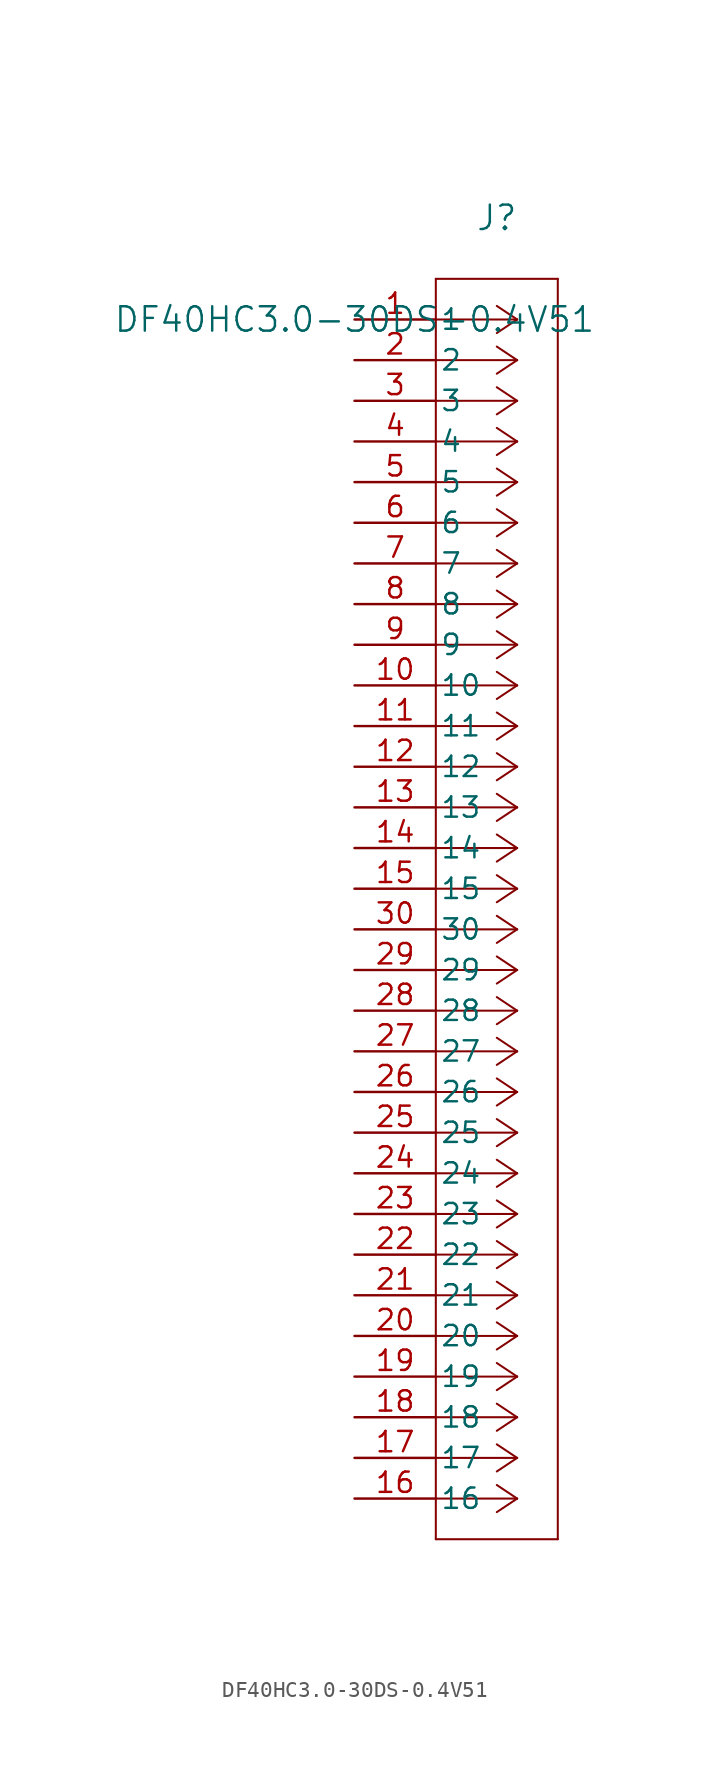
<source format=kicad_sym>
(kicad_symbol_lib
  (version 20211014)
  (generator kicad_symbol_editor)
  (symbol "DF40HC3.0-30DS-0.4V51"
    (pin_names
      (offset 0.254))
    (property "Reference" "J"
      (at 8.89 6.35 0)
      (effects (font (size 1.524 1.524))))
    (property "Value" "DF40HC3.0-30DS-0.4V51"
      (at 0 0 0)
      (effects (font (size 1.524 1.524))))
    (symbol "DF40HC3.0-30DS-0.4V51_0_1"
      (polyline (pts (xy 10.16 0) (xy 5.08 0)) (stroke (width 0.127) (type default) (color 0 0 0 0)) (fill (type none)))
      (polyline (pts (xy 10.16 -2.54) (xy 5.08 -2.54)) (stroke (width 0.127) (type default) (color 0 0 0 0)) (fill (type none)))
      (polyline (pts (xy 10.16 -5.08) (xy 5.08 -5.08)) (stroke (width 0.127) (type default) (color 0 0 0 0)) (fill (type none)))
      (polyline (pts (xy 10.16 -7.62) (xy 5.08 -7.62)) (stroke (width 0.127) (type default) (color 0 0 0 0)) (fill (type none)))
      (polyline (pts (xy 10.16 -10.16) (xy 5.08 -10.16)) (stroke (width 0.127) (type default) (color 0 0 0 0)) (fill (type none)))
      (polyline (pts (xy 10.16 -12.7) (xy 5.08 -12.7)) (stroke (width 0.127) (type default) (color 0 0 0 0)) (fill (type none)))
      (polyline (pts (xy 10.16 -15.24) (xy 5.08 -15.24)) (stroke (width 0.127) (type default) (color 0 0 0 0)) (fill (type none)))
      (polyline (pts (xy 10.16 -17.78) (xy 5.08 -17.78)) (stroke (width 0.127) (type default) (color 0 0 0 0)) (fill (type none)))
      (polyline (pts (xy 10.16 -20.32) (xy 5.08 -20.32)) (stroke (width 0.127) (type default) (color 0 0 0 0)) (fill (type none)))
      (polyline (pts (xy 10.16 -22.86) (xy 5.08 -22.86)) (stroke (width 0.127) (type default) (color 0 0 0 0)) (fill (type none)))
      (polyline (pts (xy 10.16 -25.4) (xy 5.08 -25.4)) (stroke (width 0.127) (type default) (color 0 0 0 0)) (fill (type none)))
      (polyline (pts (xy 10.16 -27.94) (xy 5.08 -27.94)) (stroke (width 0.127) (type default) (color 0 0 0 0)) (fill (type none)))
      (polyline (pts (xy 10.16 -30.48) (xy 5.08 -30.48)) (stroke (width 0.127) (type default) (color 0 0 0 0)) (fill (type none)))
      (polyline (pts (xy 10.16 -33.02) (xy 5.08 -33.02)) (stroke (width 0.127) (type default) (color 0 0 0 0)) (fill (type none)))
      (polyline (pts (xy 10.16 -35.56) (xy 5.08 -35.56)) (stroke (width 0.127) (type default) (color 0 0 0 0)) (fill (type none)))
      (polyline (pts (xy 10.16 -38.1) (xy 5.08 -38.1)) (stroke (width 0.127) (type default) (color 0 0 0 0)) (fill (type none)))
      (polyline (pts (xy 10.16 -40.64) (xy 5.08 -40.64)) (stroke (width 0.127) (type default) (color 0 0 0 0)) (fill (type none)))
      (polyline (pts (xy 10.16 -43.18) (xy 5.08 -43.18)) (stroke (width 0.127) (type default) (color 0 0 0 0)) (fill (type none)))
      (polyline (pts (xy 10.16 -45.72) (xy 5.08 -45.72)) (stroke (width 0.127) (type default) (color 0 0 0 0)) (fill (type none)))
      (polyline (pts (xy 10.16 -48.26) (xy 5.08 -48.26)) (stroke (width 0.127) (type default) (color 0 0 0 0)) (fill (type none)))
      (polyline (pts (xy 10.16 -50.8) (xy 5.08 -50.8)) (stroke (width 0.127) (type default) (color 0 0 0 0)) (fill (type none)))
      (polyline (pts (xy 10.16 -53.34) (xy 5.08 -53.34)) (stroke (width 0.127) (type default) (color 0 0 0 0)) (fill (type none)))
      (polyline (pts (xy 10.16 -55.88) (xy 5.08 -55.88)) (stroke (width 0.127) (type default) (color 0 0 0 0)) (fill (type none)))
      (polyline (pts (xy 10.16 -58.42) (xy 5.08 -58.42)) (stroke (width 0.127) (type default) (color 0 0 0 0)) (fill (type none)))
      (polyline (pts (xy 10.16 -60.96) (xy 5.08 -60.96)) (stroke (width 0.127) (type default) (color 0 0 0 0)) (fill (type none)))
      (polyline (pts (xy 10.16 -63.5) (xy 5.08 -63.5)) (stroke (width 0.127) (type default) (color 0 0 0 0)) (fill (type none)))
      (polyline (pts (xy 10.16 -66.04) (xy 5.08 -66.04)) (stroke (width 0.127) (type default) (color 0 0 0 0)) (fill (type none)))
      (polyline (pts (xy 10.16 -68.58) (xy 5.08 -68.58)) (stroke (width 0.127) (type default) (color 0 0 0 0)) (fill (type none)))
      (polyline (pts (xy 10.16 -71.12) (xy 5.08 -71.12)) (stroke (width 0.127) (type default) (color 0 0 0 0)) (fill (type none)))
      (polyline (pts (xy 10.16 -73.66) (xy 5.08 -73.66)) (stroke (width 0.127) (type default) (color 0 0 0 0)) (fill (type none)))
      (polyline (pts (xy 10.16 0) (xy 8.89 0.847)) (stroke (width 0.127) (type default) (color 0 0 0 0)) (fill (type none)))
      (polyline (pts (xy 10.16 -2.54) (xy 8.89 -1.693)) (stroke (width 0.127) (type default) (color 0 0 0 0)) (fill (type none)))
      (polyline (pts (xy 10.16 -5.08) (xy 8.89 -4.233)) (stroke (width 0.127) (type default) (color 0 0 0 0)) (fill (type none)))
      (polyline (pts (xy 10.16 -7.62) (xy 8.89 -6.773)) (stroke (width 0.127) (type default) (color 0 0 0 0)) (fill (type none)))
      (polyline (pts (xy 10.16 -10.16) (xy 8.89 -9.313)) (stroke (width 0.127) (type default) (color 0 0 0 0)) (fill (type none)))
      (polyline (pts (xy 10.16 -12.7) (xy 8.89 -11.853)) (stroke (width 0.127) (type default) (color 0 0 0 0)) (fill (type none)))
      (polyline (pts (xy 10.16 -15.24) (xy 8.89 -14.393)) (stroke (width 0.127) (type default) (color 0 0 0 0)) (fill (type none)))
      (polyline (pts (xy 10.16 -17.78) (xy 8.89 -16.933)) (stroke (width 0.127) (type default) (color 0 0 0 0)) (fill (type none)))
      (polyline (pts (xy 10.16 -20.32) (xy 8.89 -19.473)) (stroke (width 0.127) (type default) (color 0 0 0 0)) (fill (type none)))
      (polyline (pts (xy 10.16 -22.86) (xy 8.89 -22.013)) (stroke (width 0.127) (type default) (color 0 0 0 0)) (fill (type none)))
      (polyline (pts (xy 10.16 -25.4) (xy 8.89 -24.553)) (stroke (width 0.127) (type default) (color 0 0 0 0)) (fill (type none)))
      (polyline (pts (xy 10.16 -27.94) (xy 8.89 -27.093)) (stroke (width 0.127) (type default) (color 0 0 0 0)) (fill (type none)))
      (polyline (pts (xy 10.16 -30.48) (xy 8.89 -29.633)) (stroke (width 0.127) (type default) (color 0 0 0 0)) (fill (type none)))
      (polyline (pts (xy 10.16 -33.02) (xy 8.89 -32.173)) (stroke (width 0.127) (type default) (color 0 0 0 0)) (fill (type none)))
      (polyline (pts (xy 10.16 -35.56) (xy 8.89 -34.713)) (stroke (width 0.127) (type default) (color 0 0 0 0)) (fill (type none)))
      (polyline (pts (xy 10.16 -38.1) (xy 8.89 -37.253)) (stroke (width 0.127) (type default) (color 0 0 0 0)) (fill (type none)))
      (polyline (pts (xy 10.16 -40.64) (xy 8.89 -39.793)) (stroke (width 0.127) (type default) (color 0 0 0 0)) (fill (type none)))
      (polyline (pts (xy 10.16 -43.18) (xy 8.89 -42.333)) (stroke (width 0.127) (type default) (color 0 0 0 0)) (fill (type none)))
      (polyline (pts (xy 10.16 -45.72) (xy 8.89 -44.873)) (stroke (width 0.127) (type default) (color 0 0 0 0)) (fill (type none)))
      (polyline (pts (xy 10.16 -48.26) (xy 8.89 -47.413)) (stroke (width 0.127) (type default) (color 0 0 0 0)) (fill (type none)))
      (polyline (pts (xy 10.16 -50.8) (xy 8.89 -49.953)) (stroke (width 0.127) (type default) (color 0 0 0 0)) (fill (type none)))
      (polyline (pts (xy 10.16 -53.34) (xy 8.89 -52.493)) (stroke (width 0.127) (type default) (color 0 0 0 0)) (fill (type none)))
      (polyline (pts (xy 10.16 -55.88) (xy 8.89 -55.033)) (stroke (width 0.127) (type default) (color 0 0 0 0)) (fill (type none)))
      (polyline (pts (xy 10.16 -58.42) (xy 8.89 -57.573)) (stroke (width 0.127) (type default) (color 0 0 0 0)) (fill (type none)))
      (polyline (pts (xy 10.16 -60.96) (xy 8.89 -60.113)) (stroke (width 0.127) (type default) (color 0 0 0 0)) (fill (type none)))
      (polyline (pts (xy 10.16 -63.5) (xy 8.89 -62.653)) (stroke (width 0.127) (type default) (color 0 0 0 0)) (fill (type none)))
      (polyline (pts (xy 10.16 -66.04) (xy 8.89 -65.193)) (stroke (width 0.127) (type default) (color 0 0 0 0)) (fill (type none)))
      (polyline (pts (xy 10.16 -68.58) (xy 8.89 -67.733)) (stroke (width 0.127) (type default) (color 0 0 0 0)) (fill (type none)))
      (polyline (pts (xy 10.16 -71.12) (xy 8.89 -70.273)) (stroke (width 0.127) (type default) (color 0 0 0 0)) (fill (type none)))
      (polyline (pts (xy 10.16 -73.66) (xy 8.89 -72.813)) (stroke (width 0.127) (type default) (color 0 0 0 0)) (fill (type none)))
      (polyline (pts (xy 10.16 0) (xy 8.89 -0.847)) (stroke (width 0.127) (type default) (color 0 0 0 0)) (fill (type none)))
      (polyline (pts (xy 10.16 -2.54) (xy 8.89 -3.387)) (stroke (width 0.127) (type default) (color 0 0 0 0)) (fill (type none)))
      (polyline (pts (xy 10.16 -5.08) (xy 8.89 -5.927)) (stroke (width 0.127) (type default) (color 0 0 0 0)) (fill (type none)))
      (polyline (pts (xy 10.16 -7.62) (xy 8.89 -8.467)) (stroke (width 0.127) (type default) (color 0 0 0 0)) (fill (type none)))
      (polyline (pts (xy 10.16 -10.16) (xy 8.89 -11.007)) (stroke (width 0.127) (type default) (color 0 0 0 0)) (fill (type none)))
      (polyline (pts (xy 10.16 -12.7) (xy 8.89 -13.547)) (stroke (width 0.127) (type default) (color 0 0 0 0)) (fill (type none)))
      (polyline (pts (xy 10.16 -15.24) (xy 8.89 -16.087)) (stroke (width 0.127) (type default) (color 0 0 0 0)) (fill (type none)))
      (polyline (pts (xy 10.16 -17.78) (xy 8.89 -18.627)) (stroke (width 0.127) (type default) (color 0 0 0 0)) (fill (type none)))
      (polyline (pts (xy 10.16 -20.32) (xy 8.89 -21.167)) (stroke (width 0.127) (type default) (color 0 0 0 0)) (fill (type none)))
      (polyline (pts (xy 10.16 -22.86) (xy 8.89 -23.707)) (stroke (width 0.127) (type default) (color 0 0 0 0)) (fill (type none)))
      (polyline (pts (xy 10.16 -25.4) (xy 8.89 -26.247)) (stroke (width 0.127) (type default) (color 0 0 0 0)) (fill (type none)))
      (polyline (pts (xy 10.16 -27.94) (xy 8.89 -28.787)) (stroke (width 0.127) (type default) (color 0 0 0 0)) (fill (type none)))
      (polyline (pts (xy 10.16 -30.48) (xy 8.89 -31.327)) (stroke (width 0.127) (type default) (color 0 0 0 0)) (fill (type none)))
      (polyline (pts (xy 10.16 -33.02) (xy 8.89 -33.867)) (stroke (width 0.127) (type default) (color 0 0 0 0)) (fill (type none)))
      (polyline (pts (xy 10.16 -35.56) (xy 8.89 -36.407)) (stroke (width 0.127) (type default) (color 0 0 0 0)) (fill (type none)))
      (polyline (pts (xy 10.16 -38.1) (xy 8.89 -38.947)) (stroke (width 0.127) (type default) (color 0 0 0 0)) (fill (type none)))
      (polyline (pts (xy 10.16 -40.64) (xy 8.89 -41.487)) (stroke (width 0.127) (type default) (color 0 0 0 0)) (fill (type none)))
      (polyline (pts (xy 10.16 -43.18) (xy 8.89 -44.027)) (stroke (width 0.127) (type default) (color 0 0 0 0)) (fill (type none)))
      (polyline (pts (xy 10.16 -45.72) (xy 8.89 -46.567)) (stroke (width 0.127) (type default) (color 0 0 0 0)) (fill (type none)))
      (polyline (pts (xy 10.16 -48.26) (xy 8.89 -49.107)) (stroke (width 0.127) (type default) (color 0 0 0 0)) (fill (type none)))
      (polyline (pts (xy 10.16 -50.8) (xy 8.89 -51.647)) (stroke (width 0.127) (type default) (color 0 0 0 0)) (fill (type none)))
      (polyline (pts (xy 10.16 -53.34) (xy 8.89 -54.187)) (stroke (width 0.127) (type default) (color 0 0 0 0)) (fill (type none)))
      (polyline (pts (xy 10.16 -55.88) (xy 8.89 -56.727)) (stroke (width 0.127) (type default) (color 0 0 0 0)) (fill (type none)))
      (polyline (pts (xy 10.16 -58.42) (xy 8.89 -59.267)) (stroke (width 0.127) (type default) (color 0 0 0 0)) (fill (type none)))
      (polyline (pts (xy 10.16 -60.96) (xy 8.89 -61.807)) (stroke (width 0.127) (type default) (color 0 0 0 0)) (fill (type none)))
      (polyline (pts (xy 10.16 -63.5) (xy 8.89 -64.347)) (stroke (width 0.127) (type default) (color 0 0 0 0)) (fill (type none)))
      (polyline (pts (xy 10.16 -66.04) (xy 8.89 -66.887)) (stroke (width 0.127) (type default) (color 0 0 0 0)) (fill (type none)))
      (polyline (pts (xy 10.16 -68.58) (xy 8.89 -69.427)) (stroke (width 0.127) (type default) (color 0 0 0 0)) (fill (type none)))
      (polyline (pts (xy 10.16 -71.12) (xy 8.89 -71.967)) (stroke (width 0.127) (type default) (color 0 0 0 0)) (fill (type none)))
      (polyline (pts (xy 10.16 -73.66) (xy 8.89 -74.507)) (stroke (width 0.127) (type default) (color 0 0 0 0)) (fill (type none)))
      (polyline (pts (xy 5.08 2.54) (xy 5.08 -76.2)) (stroke (width 0.127) (type default) (color 0 0 0 0)) (fill (type none)))
      (polyline (pts (xy 5.08 -76.2) (xy 12.7 -76.2)) (stroke (width 0.127) (type default) (color 0 0 0 0)) (fill (type none)))
      (polyline (pts (xy 12.7 -76.2) (xy 12.7 2.54)) (stroke (width 0.127) (type default) (color 0 0 0 0)) (fill (type none)))
      (polyline (pts (xy 12.7 2.54) (xy 5.08 2.54)) (stroke (width 0.127) (type default) (color 0 0 0 0)) (fill (type none)))
      (pin unspecified line (at 0 0 0) (length 5.08) (name "1" (effects (font (size 1.27 1.27)))) (number "1" (effects (font (size 1.27 1.27)))))
      (pin unspecified line (at 0 -2.54 0) (length 5.08) (name "2" (effects (font (size 1.27 1.27)))) (number "2" (effects (font (size 1.27 1.27)))))
      (pin unspecified line (at 0 -5.08 0) (length 5.08) (name "3" (effects (font (size 1.27 1.27)))) (number "3" (effects (font (size 1.27 1.27)))))
      (pin unspecified line (at 0 -7.62 0) (length 5.08) (name "4" (effects (font (size 1.27 1.27)))) (number "4" (effects (font (size 1.27 1.27)))))
      (pin unspecified line (at 0 -10.16 0) (length 5.08) (name "5" (effects (font (size 1.27 1.27)))) (number "5" (effects (font (size 1.27 1.27)))))
      (pin unspecified line (at 0 -12.7 0) (length 5.08) (name "6" (effects (font (size 1.27 1.27)))) (number "6" (effects (font (size 1.27 1.27)))))
      (pin unspecified line (at 0 -15.24 0) (length 5.08) (name "7" (effects (font (size 1.27 1.27)))) (number "7" (effects (font (size 1.27 1.27)))))
      (pin unspecified line (at 0 -17.78 0) (length 5.08) (name "8" (effects (font (size 1.27 1.27)))) (number "8" (effects (font (size 1.27 1.27)))))
      (pin unspecified line (at 0 -20.32 0) (length 5.08) (name "9" (effects (font (size 1.27 1.27)))) (number "9" (effects (font (size 1.27 1.27)))))
      (pin unspecified line (at 0 -22.86 0) (length 5.08) (name "10" (effects (font (size 1.27 1.27)))) (number "10" (effects (font (size 1.27 1.27)))))
      (pin unspecified line (at 0 -25.4 0) (length 5.08) (name "11" (effects (font (size 1.27 1.27)))) (number "11" (effects (font (size 1.27 1.27)))))
      (pin unspecified line (at 0 -27.94 0) (length 5.08) (name "12" (effects (font (size 1.27 1.27)))) (number "12" (effects (font (size 1.27 1.27)))))
      (pin unspecified line (at 0 -30.48 0) (length 5.08) (name "13" (effects (font (size 1.27 1.27)))) (number "13" (effects (font (size 1.27 1.27)))))
      (pin unspecified line (at 0 -33.02 0) (length 5.08) (name "14" (effects (font (size 1.27 1.27)))) (number "14" (effects (font (size 1.27 1.27)))))
      (pin unspecified line (at 0 -35.56 0) (length 5.08) (name "15" (effects (font (size 1.27 1.27)))) (number "15" (effects (font (size 1.27 1.27)))))
      (pin unspecified line (at 0 -38.1 0) (length 5.08) (name "30" (effects (font (size 1.27 1.27)))) (number "30" (effects (font (size 1.27 1.27)))))
      (pin unspecified line (at 0 -40.64 0) (length 5.08) (name "29" (effects (font (size 1.27 1.27)))) (number "29" (effects (font (size 1.27 1.27)))))
      (pin unspecified line (at 0 -43.18 0) (length 5.08) (name "28" (effects (font (size 1.27 1.27)))) (number "28" (effects (font (size 1.27 1.27)))))
      (pin unspecified line (at 0 -45.72 0) (length 5.08) (name "27" (effects (font (size 1.27 1.27)))) (number "27" (effects (font (size 1.27 1.27)))))
      (pin unspecified line (at 0 -48.26 0) (length 5.08) (name "26" (effects (font (size 1.27 1.27)))) (number "26" (effects (font (size 1.27 1.27)))))
      (pin unspecified line (at 0 -50.8 0) (length 5.08) (name "25" (effects (font (size 1.27 1.27)))) (number "25" (effects (font (size 1.27 1.27)))))
      (pin unspecified line (at 0 -53.34 0) (length 5.08) (name "24" (effects (font (size 1.27 1.27)))) (number "24" (effects (font (size 1.27 1.27)))))
      (pin unspecified line (at 0 -55.88 0) (length 5.08) (name "23" (effects (font (size 1.27 1.27)))) (number "23" (effects (font (size 1.27 1.27)))))
      (pin unspecified line (at 0 -58.42 0) (length 5.08) (name "22" (effects (font (size 1.27 1.27)))) (number "22" (effects (font (size 1.27 1.27)))))
      (pin unspecified line (at 0 -60.96 0) (length 5.08) (name "21" (effects (font (size 1.27 1.27)))) (number "21" (effects (font (size 1.27 1.27)))))
      (pin unspecified line (at 0 -63.5 0) (length 5.08) (name "20" (effects (font (size 1.27 1.27)))) (number "20" (effects (font (size 1.27 1.27)))))
      (pin unspecified line (at 0 -66.04 0) (length 5.08) (name "19" (effects (font (size 1.27 1.27)))) (number "19" (effects (font (size 1.27 1.27)))))
      (pin unspecified line (at 0 -68.58 0) (length 5.08) (name "18" (effects (font (size 1.27 1.27)))) (number "18" (effects (font (size 1.27 1.27)))))
      (pin unspecified line (at 0 -71.12 0) (length 5.08) (name "17" (effects (font (size 1.27 1.27)))) (number "17" (effects (font (size 1.27 1.27)))))
      (pin unspecified line (at 0 -73.66 0) (length 5.08) (name "16" (effects (font (size 1.27 1.27)))) (number "16" (effects (font (size 1.27 1.27))))))))
</source>
